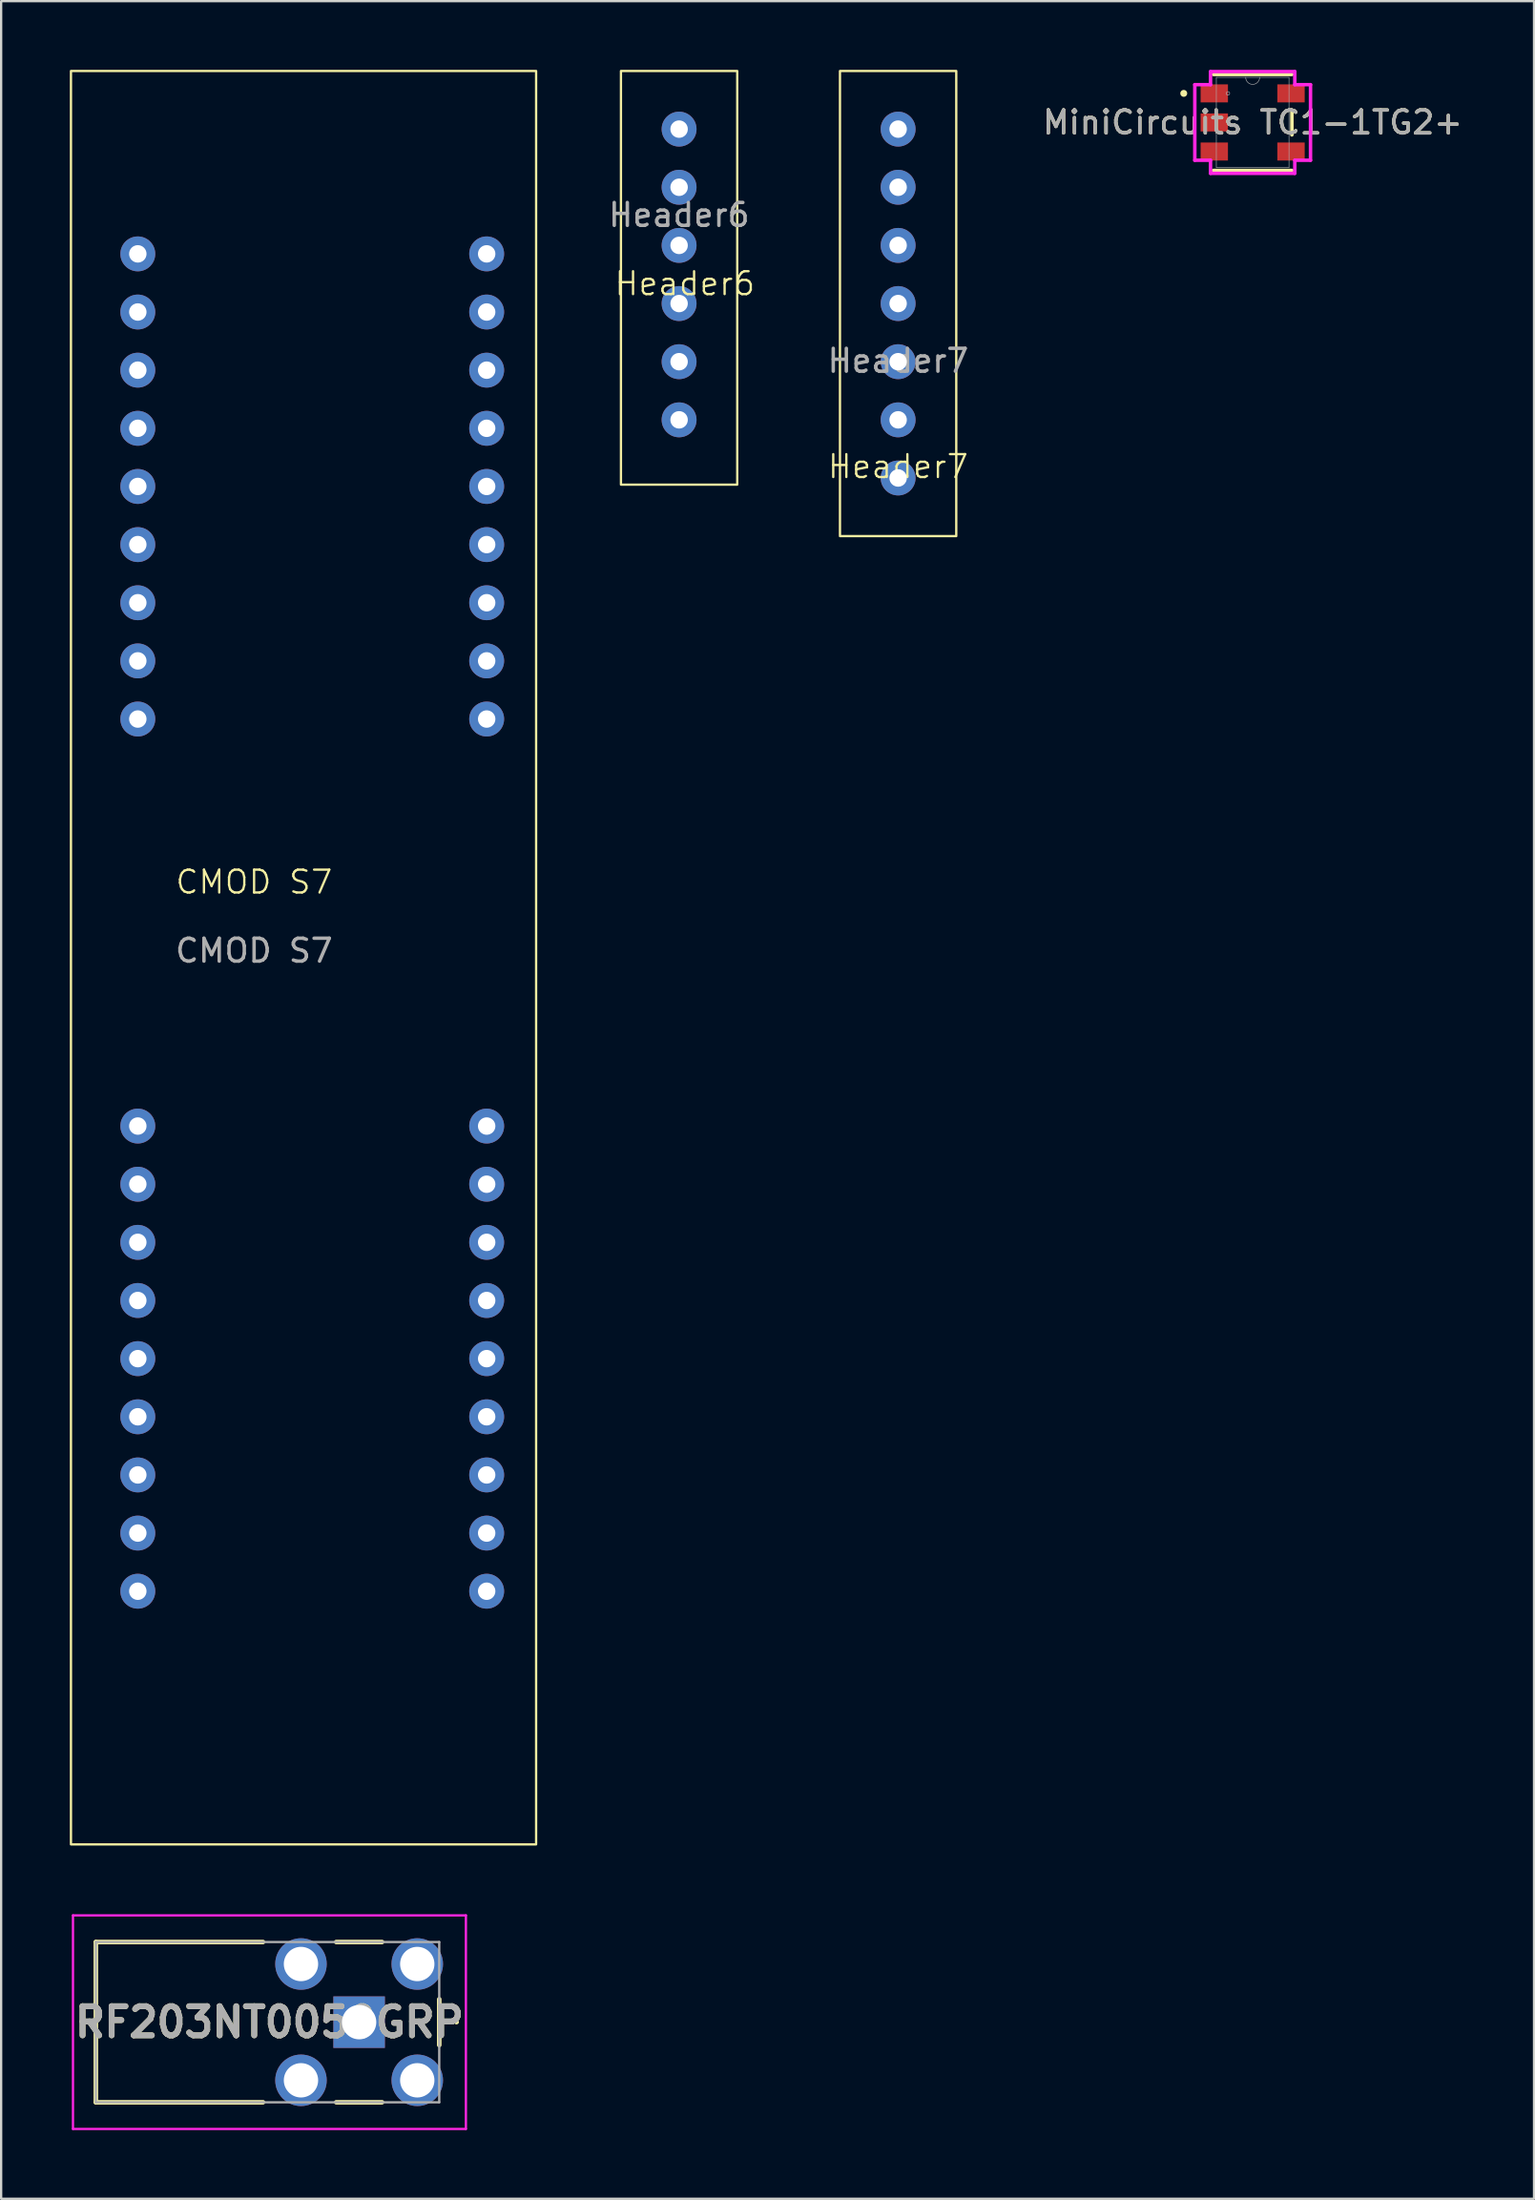
<source format=kicad_pcb>
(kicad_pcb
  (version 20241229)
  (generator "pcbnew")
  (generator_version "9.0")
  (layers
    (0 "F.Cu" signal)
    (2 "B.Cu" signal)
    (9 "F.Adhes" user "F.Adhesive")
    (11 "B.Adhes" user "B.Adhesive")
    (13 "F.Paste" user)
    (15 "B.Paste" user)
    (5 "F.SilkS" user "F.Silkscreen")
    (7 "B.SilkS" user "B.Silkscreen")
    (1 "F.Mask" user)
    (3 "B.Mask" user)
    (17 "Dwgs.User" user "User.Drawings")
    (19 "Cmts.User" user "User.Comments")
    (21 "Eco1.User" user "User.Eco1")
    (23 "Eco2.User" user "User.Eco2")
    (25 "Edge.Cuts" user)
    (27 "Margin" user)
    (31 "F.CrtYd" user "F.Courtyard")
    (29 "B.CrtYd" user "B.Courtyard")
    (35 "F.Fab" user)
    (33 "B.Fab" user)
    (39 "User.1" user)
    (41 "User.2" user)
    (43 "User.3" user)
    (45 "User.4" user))
  (footprint "CMOD S7"
    (layer "F.Cu")
    (at 10.59 38.52)
    (property "Reference" "CMOD S7" (at -2.54 -3.04 0) (unlocked yes) (layer "F.SilkS") (effects (font (size 1 1) (thickness 0.1))))
    (attr through_hole)
    (fp_rect (start -10.54 -38.47) (end 9.78 39) (stroke (width 0.1) (type default)) (fill no) (layer "F.SilkS"))
    (fp_text user "${REFERENCE}" (at -2.54 -0.04 0) (unlocked yes) (layer "F.Fab") (effects (font (size 1 1) (thickness 0.15))))
    (pad "1" thru_hole circle (at -7.62 -30.48) (size 1.524 1.524) (drill 0.762) (layers "*.Cu" "*.Mask"))
    (pad "2" thru_hole circle (at -7.62 -27.94) (size 1.524 1.524) (drill 0.762) (layers "*.Cu" "*.Mask"))
    (pad "3" thru_hole circle (at -7.62 -25.4) (size 1.524 1.524) (drill 0.762) (layers "*.Cu" "*.Mask"))
    (pad "4" thru_hole circle (at -7.62 -22.86) (size 1.524 1.524) (drill 0.762) (layers "*.Cu" "*.Mask"))
    (pad "5" thru_hole circle (at -7.62 -20.32) (size 1.524 1.524) (drill 0.762) (layers "*.Cu" "*.Mask"))
    (pad "6" thru_hole circle (at -7.62 -17.78) (size 1.524 1.524) (drill 0.762) (layers "*.Cu" "*.Mask"))
    (pad "7" thru_hole circle (at -7.62 -15.24) (size 1.524 1.524) (drill 0.762) (layers "*.Cu" "*.Mask"))
    (pad "8" thru_hole circle (at -7.62 -12.7) (size 1.524 1.524) (drill 0.762) (layers "*.Cu" "*.Mask"))
    (pad "9" thru_hole circle (at -7.62 -10.16) (size 1.524 1.524) (drill 0.762) (layers "*.Cu" "*.Mask"))
    (pad "16" thru_hole circle (at -7.62 7.62) (size 1.524 1.524) (drill 0.762) (layers "*.Cu" "*.Mask"))
    (pad "17" thru_hole circle (at -7.62 10.16) (size 1.524 1.524) (drill 0.762) (layers "*.Cu" "*.Mask"))
    (pad "18" thru_hole circle (at -7.62 12.7) (size 1.524 1.524) (drill 0.762) (layers "*.Cu" "*.Mask"))
    (pad "19" thru_hole circle (at -7.62 15.24) (size 1.524 1.524) (drill 0.762) (layers "*.Cu" "*.Mask"))
    (pad "20" thru_hole circle (at -7.62 17.78) (size 1.524 1.524) (drill 0.762) (layers "*.Cu" "*.Mask"))
    (pad "21" thru_hole circle (at -7.62 20.32) (size 1.524 1.524) (drill 0.762) (layers "*.Cu" "*.Mask"))
    (pad "22" thru_hole circle (at -7.62 22.86) (size 1.524 1.524) (drill 0.762) (layers "*.Cu" "*.Mask"))
    (pad "23" thru_hole circle (at -7.62 25.4) (size 1.524 1.524) (drill 0.762) (layers "*.Cu" "*.Mask"))
    (pad "24" thru_hole circle (at -7.62 27.94) (size 1.524 1.524) (drill 0.762) (layers "*.Cu" "*.Mask"))
    (pad "25" thru_hole circle (at 7.62 27.94) (size 1.524 1.524) (drill 0.762) (layers "*.Cu" "*.Mask"))
    (pad "26" thru_hole circle (at 7.62 25.4) (size 1.524 1.524) (drill 0.762) (layers "*.Cu" "*.Mask"))
    (pad "27" thru_hole circle (at 7.62 22.86) (size 1.524 1.524) (drill 0.762) (layers "*.Cu" "*.Mask"))
    (pad "28" thru_hole circle (at 7.62 20.32) (size 1.524 1.524) (drill 0.762) (layers "*.Cu" "*.Mask"))
    (pad "29" thru_hole circle (at 7.62 17.78) (size 1.524 1.524) (drill 0.762) (layers "*.Cu" "*.Mask"))
    (pad "30" thru_hole circle (at 7.62 15.24) (size 1.524 1.524) (drill 0.762) (layers "*.Cu" "*.Mask"))
    (pad "31" thru_hole circle (at 7.62 12.7) (size 1.524 1.524) (drill 0.762) (layers "*.Cu" "*.Mask"))
    (pad "32" thru_hole circle (at 7.62 10.16) (size 1.524 1.524) (drill 0.762) (layers "*.Cu" "*.Mask"))
    (pad "33" thru_hole circle (at 7.62 7.62) (size 1.524 1.524) (drill 0.762) (layers "*.Cu" "*.Mask"))
    (pad "40" thru_hole circle (at 7.62 -10.16) (size 1.524 1.524) (drill 0.762) (layers "*.Cu" "*.Mask"))
    (pad "41" thru_hole circle (at 7.62 -12.7) (size 1.524 1.524) (drill 0.762) (layers "*.Cu" "*.Mask"))
    (pad "42" thru_hole circle (at 7.62 -15.24) (size 1.524 1.524) (drill 0.762) (layers "*.Cu" "*.Mask"))
    (pad "43" thru_hole circle (at 7.62 -17.78) (size 1.524 1.524) (drill 0.762) (layers "*.Cu" "*.Mask"))
    (pad "44" thru_hole circle (at 7.62 -20.32) (size 1.524 1.524) (drill 0.762) (layers "*.Cu" "*.Mask"))
    (pad "45" thru_hole circle (at 7.62 -22.86) (size 1.524 1.524) (drill 0.762) (layers "*.Cu" "*.Mask"))
    (pad "46" thru_hole circle (at 7.62 -25.4) (size 1.524 1.524) (drill 0.762) (layers "*.Cu" "*.Mask"))
    (pad "47" thru_hole circle (at 7.62 -27.94) (size 1.524 1.524) (drill 0.762) (layers "*.Cu" "*.Mask"))
    (pad "48" thru_hole circle (at 7.62 -30.48) (size 1.524 1.524) (drill 0.762) (layers "*.Cu" "*.Mask")))
  (footprint "Header7"
    (layer "F.Cu")
    (at 36.184 10.21)
    (property "Reference" "Header7" (at 0 7.12 0) (unlocked yes) (layer "F.SilkS") (effects (font (size 1 1) (thickness 0.1))))
    (attr through_hole)
    (fp_rect (start -2.54 -10.16) (end 2.54 10.16) (stroke (width 0.1) (type default)) (fill no) (layer "F.SilkS"))
    (fp_text user "${REFERENCE}" (at 0 2.5 0) (unlocked yes) (layer "F.Fab") (effects (font (size 1 1) (thickness 0.15))))
    (pad "1" thru_hole circle (at 0 -7.62) (size 1.524 1.524) (drill 0.762) (layers "*.Cu" "*.Mask"))
    (pad "2" thru_hole circle (at 0 -5.08) (size 1.524 1.524) (drill 0.762) (layers "*.Cu" "*.Mask"))
    (pad "3" thru_hole circle (at 0 -2.54) (size 1.524 1.524) (drill 0.762) (layers "*.Cu" "*.Mask"))
    (pad "4" thru_hole circle (at 0 0) (size 1.524 1.524) (drill 0.762) (layers "*.Cu" "*.Mask"))
    (pad "5" thru_hole circle (at 0 2.54) (size 1.524 1.524) (drill 0.762) (layers "*.Cu" "*.Mask"))
    (pad "6" thru_hole circle (at 0 5.08) (size 1.524 1.524) (drill 0.762) (layers "*.Cu" "*.Mask"))
    (pad "7" thru_hole circle (at 0 7.62) (size 1.524 1.524) (drill 0.762) (layers "*.Cu" "*.Mask")))
  (footprint "RF203NT0050GRP"
    (layer "F.Cu")
    (at 12.638 85.285)
    (property "Reference" "RF203NT0050GRP" (at -3.917 0 0) (layer "F.SilkS") (effects (font (size 1.27 1.27) (thickness 0.254))))
    (attr through_hole)
    (fp_line (start -11.5 -3.5) (end -11.5 3.5) (stroke (width 0.2) (type solid)) (layer "F.SilkS"))
    (fp_line (start -11.5 3.5) (end -4.2 3.5) (stroke (width 0.2) (type solid)) (layer "F.SilkS"))
    (fp_line (start -4.2 -3.5) (end -11.5 -3.5) (stroke (width 0.2) (type solid)) (layer "F.SilkS"))
    (fp_line (start -1 -3.5) (end 1 -3.5) (stroke (width 0.2) (type solid)) (layer "F.SilkS"))
    (fp_line (start -1 3.5) (end 1 3.5) (stroke (width 0.2) (type solid)) (layer "F.SilkS"))
    (fp_line (start 3.5 -1) (end 3.5 1) (stroke (width 0.2) (type solid)) (layer "F.SilkS"))
    (fp_line (start 4.2 0) (end 4.2 0) (stroke (width 0.1) (type solid)) (layer "F.SilkS"))
    (fp_line (start 4.3 0) (end 4.3 0) (stroke (width 0.1) (type solid)) (layer "F.SilkS"))
    (fp_arc (start 4.2 0) (mid 4.25 -0.05) (end 4.3 0) (stroke (width 0.1) (type solid)) (layer "F.SilkS"))
    (fp_arc (start 4.3 0) (mid 4.25 0.05) (end 4.2 0) (stroke (width 0.1) (type solid)) (layer "F.SilkS"))
    (fp_line (start -12.5 -4.665) (end 4.665 -4.665) (stroke (width 0.1) (type solid)) (layer "F.CrtYd"))
    (fp_line (start -12.5 4.665) (end -12.5 -4.665) (stroke (width 0.1) (type solid)) (layer "F.CrtYd"))
    (fp_line (start 4.665 -4.665) (end 4.665 4.665) (stroke (width 0.1) (type solid)) (layer "F.CrtYd"))
    (fp_line (start 4.665 4.665) (end -12.5 4.665) (stroke (width 0.1) (type solid)) (layer "F.CrtYd"))
    (fp_line (start -11.5 -3.5) (end -11.5 3.5) (stroke (width 0.1) (type solid)) (layer "F.Fab"))
    (fp_line (start -11.5 3.5) (end 3.5 3.5) (stroke (width 0.1) (type solid)) (layer "F.Fab"))
    (fp_line (start 3.5 -3.5) (end -11.5 -3.5) (stroke (width 0.1) (type solid)) (layer "F.Fab"))
    (fp_line (start 3.5 3.5) (end 3.5 -3.5) (stroke (width 0.1) (type solid)) (layer "F.Fab"))
    (fp_text user "${REFERENCE}" (at -3.917 0 0) (layer "F.Fab") (effects (font (size 1.27 1.27) (thickness 0.254))))
    (pad "1" thru_hole rect (at 0 0) (size 2.25 2.25) (drill 1.5) (layers "*.Cu" "*.Mask"))
    (pad "2" thru_hole circle (at -2.54 -2.54) (size 2.25 2.25) (drill 1.5) (layers "*.Cu" "*.Mask"))
    (pad "2" thru_hole circle (at -2.54 2.54) (size 2.25 2.25) (drill 1.5) (layers "*.Cu" "*.Mask"))
    (pad "2" thru_hole circle (at 2.54 -2.54) (size 2.25 2.25) (drill 1.5) (layers "*.Cu" "*.Mask"))
    (pad "2" thru_hole circle (at 2.54 2.54) (size 2.25 2.25) (drill 1.5) (layers "*.Cu" "*.Mask")))
  (footprint "MiniCircuits TC1-1TG2+"
    (layer "F.Cu")
    (at 51.672 2.299)
    (property "Reference" "MiniCircuits TC1-1TG2+" (at 0 0 0) (unlocked yes) (layer "F.SilkS") (effects (font (size 1 1) (thickness 0.15))))
    (attr smd)
    (fp_line (start -1.714 2.095) (end 1.714 2.095) (stroke (width 0.152) (type solid)) (layer "F.SilkS"))
    (fp_line (start 1.714 -2.095) (end -1.714 -2.095) (stroke (width 0.152) (type solid)) (layer "F.SilkS"))
    (fp_line (start 1.714 0.544) (end 1.714 -0.544) (stroke (width 0.152) (type solid)) (layer "F.SilkS"))
    (fp_circle (center -3.01 -1.27) (end -2.934 -1.27) (stroke (width 0.152) (type solid)) (fill no) (layer "F.SilkS"))
    (fp_line (start -2.527 -1.651) (end -1.841 -1.651) (stroke (width 0.152) (type solid)) (layer "F.CrtYd"))
    (fp_line (start -2.527 1.651) (end -2.527 -1.651) (stroke (width 0.152) (type solid)) (layer "F.CrtYd"))
    (fp_line (start -1.841 -2.223) (end 1.841 -2.223) (stroke (width 0.152) (type solid)) (layer "F.CrtYd"))
    (fp_line (start -1.841 -1.651) (end -1.841 -2.223) (stroke (width 0.152) (type solid)) (layer "F.CrtYd"))
    (fp_line (start -1.841 1.651) (end -2.527 1.651) (stroke (width 0.152) (type solid)) (layer "F.CrtYd"))
    (fp_line (start -1.841 2.223) (end -1.841 1.651) (stroke (width 0.152) (type solid)) (layer "F.CrtYd"))
    (fp_line (start 1.841 -2.223) (end 1.841 -1.651) (stroke (width 0.152) (type solid)) (layer "F.CrtYd"))
    (fp_line (start 1.841 -1.651) (end 2.527 -1.651) (stroke (width 0.152) (type solid)) (layer "F.CrtYd"))
    (fp_line (start 1.841 1.651) (end 1.841 2.223) (stroke (width 0.152) (type solid)) (layer "F.CrtYd"))
    (fp_line (start 1.841 2.223) (end -1.841 2.223) (stroke (width 0.152) (type solid)) (layer "F.CrtYd"))
    (fp_line (start 2.527 -1.651) (end 2.527 1.651) (stroke (width 0.152) (type solid)) (layer "F.CrtYd"))
    (fp_line (start 2.527 1.651) (end 1.841 1.651) (stroke (width 0.152) (type solid)) (layer "F.CrtYd"))
    (fp_line (start -1.587 -1.968) (end -1.587 1.968) (stroke (width 0.025) (type solid)) (layer "F.Fab"))
    (fp_line (start -1.587 1.968) (end 1.587 1.968) (stroke (width 0.025) (type solid)) (layer "F.Fab"))
    (fp_line (start 1.587 -1.968) (end -1.587 -1.968) (stroke (width 0.025) (type solid)) (layer "F.Fab"))
    (fp_line (start 1.587 1.968) (end 1.587 -1.968) (stroke (width 0.025) (type solid)) (layer "F.Fab"))
    (fp_arc (start 0.3048 -1.9685) (mid 0 -1.6637) (end -0.3048 -1.9685) (stroke (width 0.0254) (type solid)) (layer "F.Fab"))
    (fp_circle (center -1.079 -1.27) (end -1.003 -1.27) (stroke (width 0.025) (type solid)) (fill no) (layer "F.Fab"))
    (fp_text user "${REFERENCE}" (at 0 0 0) (unlocked yes) (layer "F.Fab") (effects (font (size 1 1) (thickness 0.15))))
    (pad "1" smd rect (at -1.676 -1.27) (size 1.194 0.787) (layers "F.Cu" "F.Mask" "F.Paste"))
    (pad "2" smd rect (at -1.676 0) (size 1.194 0.787) (layers "F.Cu" "F.Mask" "F.Paste"))
    (pad "3" smd rect (at -1.676 1.27) (size 1.194 0.787) (layers "F.Cu" "F.Mask" "F.Paste"))
    (pad "4" smd rect (at 1.676 1.27) (size 1.194 0.787) (layers "F.Cu" "F.Mask" "F.Paste"))
    (pad "5" smd rect (at 1.676 -1.27) (size 1.194 0.787) (layers "F.Cu" "F.Mask" "F.Paste")))
  (footprint "Header6"
    (layer "F.Cu")
    (at 26.616 9.09)
    (property "Reference" "Header6" (at 0.25 0.25 0) (unlocked yes) (layer "F.SilkS") (effects (font (size 1 1) (thickness 0.1))))
    (attr through_hole)
    (fp_rect (start -2.54 -9.04) (end 2.54 9.03) (stroke (width 0.1) (type default)) (fill no) (layer "F.SilkS"))
    (fp_text user "${REFERENCE}" (at 0 -2.75 0) (unlocked yes) (layer "F.Fab") (effects (font (size 1 1) (thickness 0.15))))
    (pad "1" thru_hole circle (at 0 -6.5) (size 1.524 1.524) (drill 0.762) (layers "*.Cu" "*.Mask"))
    (pad "2" thru_hole circle (at 0 -3.96) (size 1.524 1.524) (drill 0.762) (layers "*.Cu" "*.Mask"))
    (pad "3" thru_hole circle (at 0 -1.42) (size 1.524 1.524) (drill 0.762) (layers "*.Cu" "*.Mask"))
    (pad "4" thru_hole circle (at 0 1.12) (size 1.524 1.524) (drill 0.762) (layers "*.Cu" "*.Mask"))
    (pad "5" thru_hole circle (at 0 3.66) (size 1.524 1.524) (drill 0.762) (layers "*.Cu" "*.Mask"))
    (pad "6" thru_hole circle (at 0 6.2) (size 1.524 1.524) (drill 0.762) (layers "*.Cu" "*.Mask")))
  (gr_rect
    (start -3 -3)
    (end 63.964 93)
    (stroke (width 0.1) (type default))
    (fill no)
    (layer "Edge.Cuts")))
</source>
